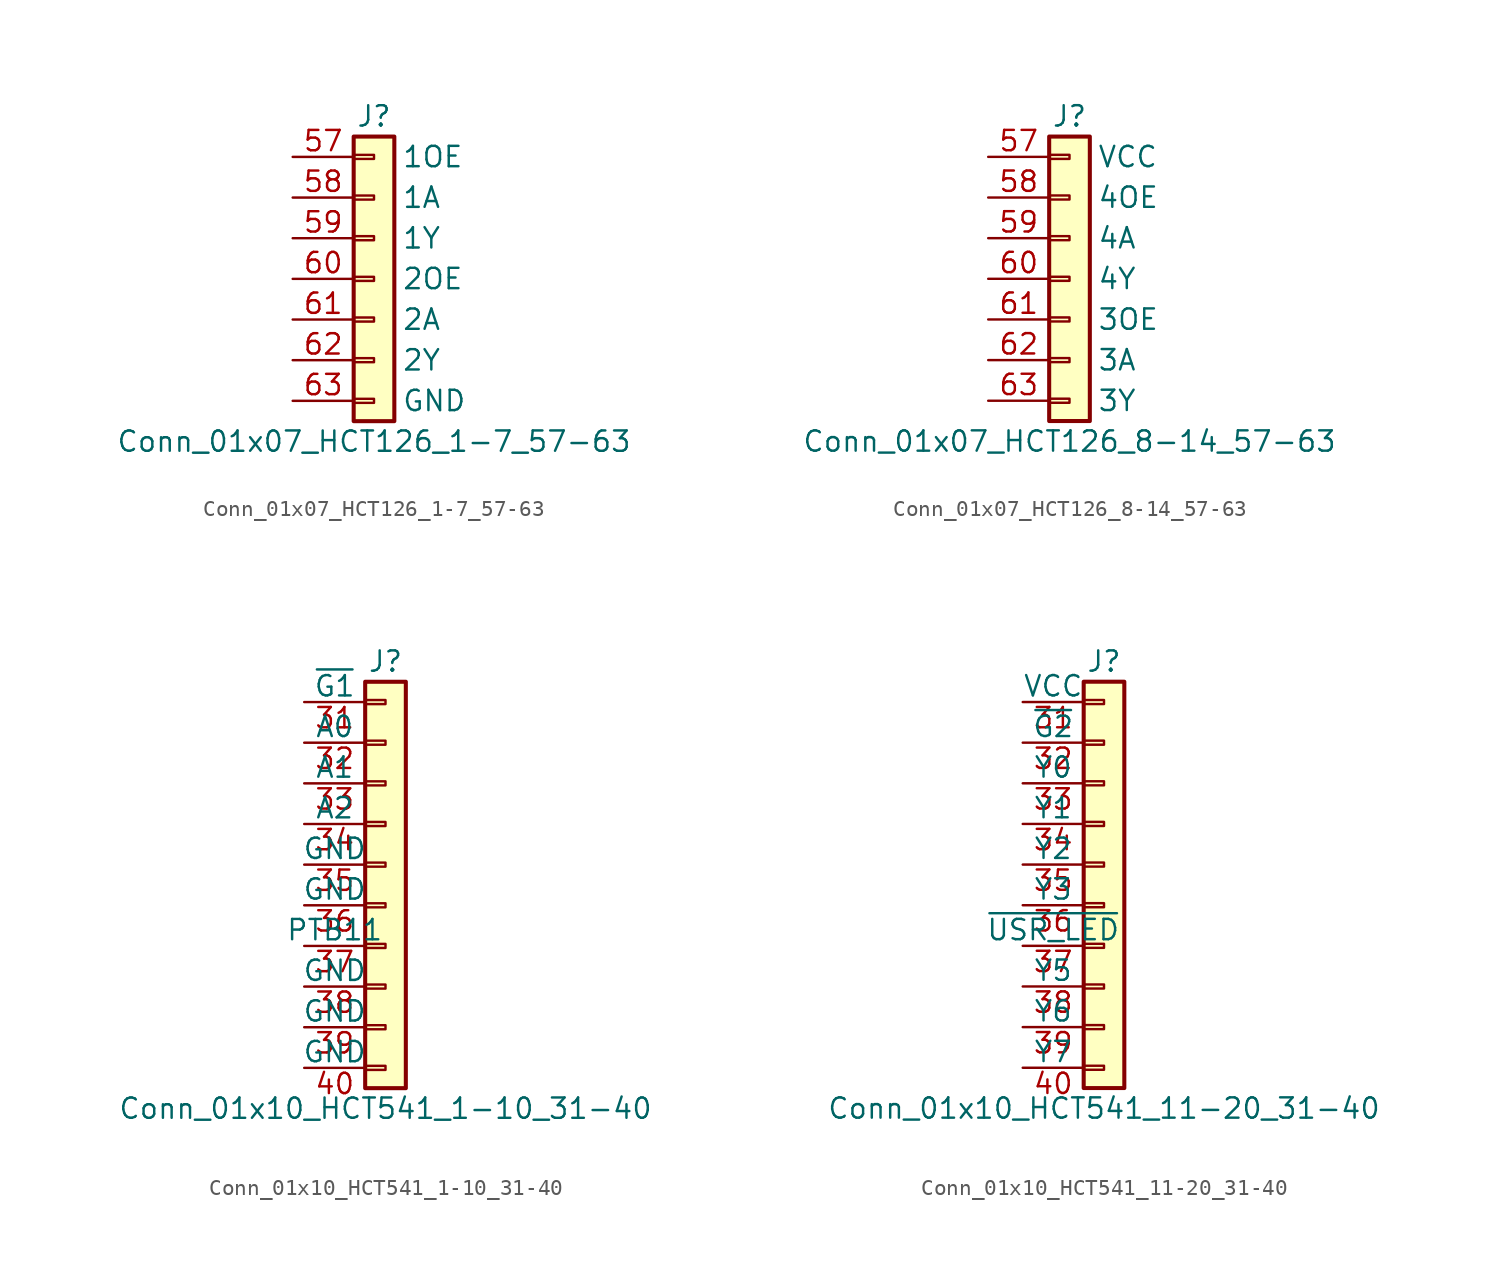
<source format=kicad_sym>
(kicad_symbol_lib
  (version 20211014)
  (generator kicad_symbol_editor)
  (symbol "Conn_01x07_HCT126_1-7_57-63"
    (pin_names
      (offset 2.997))
    (property "Reference" "J"
      (at 0 10.16 0)
      (effects (font (size 1.27 1.27))))
    (property "Value" "Conn_01x07_HCT126_1-7_57-63"
      (at 0 -10.16 0)
      (effects (font (size 1.27 1.27))))
    (symbol "Conn_01x07_HCT126_1-7_57-63_1_1"
      (rectangle (start -1.27 -7.493) (end 0 -7.747) (stroke (width 0.152) (type default) (color 0 0 0 0)) (fill (type none)))
      (rectangle (start -1.27 -4.953) (end 0 -5.207) (stroke (width 0.152) (type default) (color 0 0 0 0)) (fill (type none)))
      (rectangle (start -1.27 -2.413) (end 0 -2.667) (stroke (width 0.152) (type default) (color 0 0 0 0)) (fill (type none)))
      (rectangle (start -1.27 0.127) (end 0 -0.127) (stroke (width 0.152) (type default) (color 0 0 0 0)) (fill (type none)))
      (rectangle (start -1.27 2.667) (end 0 2.413) (stroke (width 0.152) (type default) (color 0 0 0 0)) (fill (type none)))
      (rectangle (start -1.27 5.207) (end 0 4.953) (stroke (width 0.152) (type default) (color 0 0 0 0)) (fill (type none)))
      (rectangle (start -1.27 7.747) (end 0 7.493) (stroke (width 0.152) (type default) (color 0 0 0 0)) (fill (type none)))
      (rectangle (start -1.27 8.89) (end 1.27 -8.89) (stroke (width 0.254) (type default) (color 0 0 0 0)) (fill (type background)))
      (pin passive line (at -5.08 7.62 0) (length 3.81) (name "1OE" (effects (font (size 1.27 1.27)))) (number "57" (effects (font (size 1.27 1.27)))))
      (pin passive line (at -5.08 5.08 0) (length 3.81) (name "1A" (effects (font (size 1.27 1.27)))) (number "58" (effects (font (size 1.27 1.27)))))
      (pin passive line (at -5.08 2.54 0) (length 3.81) (name "1Y" (effects (font (size 1.27 1.27)))) (number "59" (effects (font (size 1.27 1.27)))))
      (pin passive line (at -5.08 0 0) (length 3.81) (name "2OE" (effects (font (size 1.27 1.27)))) (number "60" (effects (font (size 1.27 1.27)))))
      (pin passive line (at -5.08 -2.54 0) (length 3.81) (name "2A" (effects (font (size 1.27 1.27)))) (number "61" (effects (font (size 1.27 1.27)))))
      (pin passive line (at -5.08 -5.08 0) (length 3.81) (name "2Y" (effects (font (size 1.27 1.27)))) (number "62" (effects (font (size 1.27 1.27)))))
      (pin passive line (at -5.08 -7.62 0) (length 3.81) (name "GND" (effects (font (size 1.27 1.27)))) (number "63" (effects (font (size 1.27 1.27)))))))
  (symbol "Conn_01x07_HCT126_8-14_57-63"
    (pin_names
      (offset 2.997))
    (property "Reference" "J"
      (at 0 10.16 0)
      (effects (font (size 1.27 1.27))))
    (property "Value" "Conn_01x07_HCT126_8-14_57-63"
      (at 0 -10.16 0)
      (effects (font (size 1.27 1.27))))
    (symbol "Conn_01x07_HCT126_8-14_57-63_1_1"
      (rectangle (start -1.27 -7.493) (end 0 -7.747) (stroke (width 0.152) (type default) (color 0 0 0 0)) (fill (type none)))
      (rectangle (start -1.27 -4.953) (end 0 -5.207) (stroke (width 0.152) (type default) (color 0 0 0 0)) (fill (type none)))
      (rectangle (start -1.27 -2.413) (end 0 -2.667) (stroke (width 0.152) (type default) (color 0 0 0 0)) (fill (type none)))
      (rectangle (start -1.27 0.127) (end 0 -0.127) (stroke (width 0.152) (type default) (color 0 0 0 0)) (fill (type none)))
      (rectangle (start -1.27 2.667) (end 0 2.413) (stroke (width 0.152) (type default) (color 0 0 0 0)) (fill (type none)))
      (rectangle (start -1.27 5.207) (end 0 4.953) (stroke (width 0.152) (type default) (color 0 0 0 0)) (fill (type none)))
      (rectangle (start -1.27 7.747) (end 0 7.493) (stroke (width 0.152) (type default) (color 0 0 0 0)) (fill (type none)))
      (rectangle (start -1.27 8.89) (end 1.27 -8.89) (stroke (width 0.254) (type default) (color 0 0 0 0)) (fill (type background)))
      (pin passive line (at -5.08 7.62 0) (length 3.81) (name "VCC" (effects (font (size 1.27 1.27)))) (number "57" (effects (font (size 1.27 1.27)))))
      (pin passive line (at -5.08 5.08 0) (length 3.81) (name "4OE" (effects (font (size 1.27 1.27)))) (number "58" (effects (font (size 1.27 1.27)))))
      (pin passive line (at -5.08 2.54 0) (length 3.81) (name "4A" (effects (font (size 1.27 1.27)))) (number "59" (effects (font (size 1.27 1.27)))))
      (pin passive line (at -5.08 0 0) (length 3.81) (name "4Y" (effects (font (size 1.27 1.27)))) (number "60" (effects (font (size 1.27 1.27)))))
      (pin passive line (at -5.08 -2.54 0) (length 3.81) (name "3OE" (effects (font (size 1.27 1.27)))) (number "61" (effects (font (size 1.27 1.27)))))
      (pin passive line (at -5.08 -5.08 0) (length 3.81) (name "3A" (effects (font (size 1.27 1.27)))) (number "62" (effects (font (size 1.27 1.27)))))
      (pin passive line (at -5.08 -7.62 0) (length 3.81) (name "3Y" (effects (font (size 1.27 1.27)))) (number "63" (effects (font (size 1.27 1.27)))))))
  (symbol "Conn_01x10_HCT541_1-10_31-40"
    (pin_names
      (offset 0))
    (property "Reference" "J"
      (at 0 12.7 0)
      (effects (font (size 1.27 1.27))))
    (property "Value" "Conn_01x10_HCT541_1-10_31-40"
      (at 0 -15.24 0)
      (effects (font (size 1.27 1.27))))
    (symbol "Conn_01x10_HCT541_1-10_31-40_1_1"
      (rectangle (start -1.27 -12.573) (end 0 -12.827) (stroke (width 0.152) (type default) (color 0 0 0 0)) (fill (type none)))
      (rectangle (start -1.27 -10.033) (end 0 -10.287) (stroke (width 0.152) (type default) (color 0 0 0 0)) (fill (type none)))
      (rectangle (start -1.27 -7.493) (end 0 -7.747) (stroke (width 0.152) (type default) (color 0 0 0 0)) (fill (type none)))
      (rectangle (start -1.27 -4.953) (end 0 -5.207) (stroke (width 0.152) (type default) (color 0 0 0 0)) (fill (type none)))
      (rectangle (start -1.27 -2.413) (end 0 -2.667) (stroke (width 0.152) (type default) (color 0 0 0 0)) (fill (type none)))
      (rectangle (start -1.27 0.127) (end 0 -0.127) (stroke (width 0.152) (type default) (color 0 0 0 0)) (fill (type none)))
      (rectangle (start -1.27 2.667) (end 0 2.413) (stroke (width 0.152) (type default) (color 0 0 0 0)) (fill (type none)))
      (rectangle (start -1.27 5.207) (end 0 4.953) (stroke (width 0.152) (type default) (color 0 0 0 0)) (fill (type none)))
      (rectangle (start -1.27 7.747) (end 0 7.493) (stroke (width 0.152) (type default) (color 0 0 0 0)) (fill (type none)))
      (rectangle (start -1.27 10.287) (end 0 10.033) (stroke (width 0.152) (type default) (color 0 0 0 0)) (fill (type none)))
      (rectangle (start -1.27 11.43) (end 1.27 -13.97) (stroke (width 0.254) (type default) (color 0 0 0 0)) (fill (type background)))
      (pin passive line (at -5.08 10.16 0) (length 3.81) (name "~{G1}" (effects (font (size 1.27 1.27)))) (number "31" (effects (font (size 1.27 1.27)))))
      (pin passive line (at -5.08 7.62 0) (length 3.81) (name "A0" (effects (font (size 1.27 1.27)))) (number "32" (effects (font (size 1.27 1.27)))))
      (pin passive line (at -5.08 5.08 0) (length 3.81) (name "A1" (effects (font (size 1.27 1.27)))) (number "33" (effects (font (size 1.27 1.27)))))
      (pin passive line (at -5.08 2.54 0) (length 3.81) (name "A2" (effects (font (size 1.27 1.27)))) (number "34" (effects (font (size 1.27 1.27)))))
      (pin passive line (at -5.08 0 0) (length 3.81) (name "GND" (effects (font (size 1.27 1.27)))) (number "35" (effects (font (size 1.27 1.27)))))
      (pin passive line (at -5.08 -2.54 0) (length 3.81) (name "GND" (effects (font (size 1.27 1.27)))) (number "36" (effects (font (size 1.27 1.27)))))
      (pin passive line (at -5.08 -5.08 0) (length 3.81) (name "PTB11" (effects (font (size 1.27 1.27)))) (number "37" (effects (font (size 1.27 1.27)))))
      (pin passive line (at -5.08 -7.62 0) (length 3.81) (name "GND" (effects (font (size 1.27 1.27)))) (number "38" (effects (font (size 1.27 1.27)))))
      (pin passive line (at -5.08 -10.16 0) (length 3.81) (name "GND" (effects (font (size 1.27 1.27)))) (number "39" (effects (font (size 1.27 1.27)))))
      (pin passive line (at -5.08 -12.7 0) (length 3.81) (name "GND" (effects (font (size 1.27 1.27)))) (number "40" (effects (font (size 1.27 1.27)))))))
  (symbol "Conn_01x10_HCT541_11-20_31-40"
    (pin_names
      (offset 0))
    (property "Reference" "J"
      (at 0 12.7 0)
      (effects (font (size 1.27 1.27))))
    (property "Value" "Conn_01x10_HCT541_11-20_31-40"
      (at 0 -15.24 0)
      (effects (font (size 1.27 1.27))))
    (symbol "Conn_01x10_HCT541_11-20_31-40_1_1"
      (rectangle (start -1.27 -12.573) (end 0 -12.827) (stroke (width 0.152) (type default) (color 0 0 0 0)) (fill (type none)))
      (rectangle (start -1.27 -10.033) (end 0 -10.287) (stroke (width 0.152) (type default) (color 0 0 0 0)) (fill (type none)))
      (rectangle (start -1.27 -7.493) (end 0 -7.747) (stroke (width 0.152) (type default) (color 0 0 0 0)) (fill (type none)))
      (rectangle (start -1.27 -4.953) (end 0 -5.207) (stroke (width 0.152) (type default) (color 0 0 0 0)) (fill (type none)))
      (rectangle (start -1.27 -2.413) (end 0 -2.667) (stroke (width 0.152) (type default) (color 0 0 0 0)) (fill (type none)))
      (rectangle (start -1.27 0.127) (end 0 -0.127) (stroke (width 0.152) (type default) (color 0 0 0 0)) (fill (type none)))
      (rectangle (start -1.27 2.667) (end 0 2.413) (stroke (width 0.152) (type default) (color 0 0 0 0)) (fill (type none)))
      (rectangle (start -1.27 5.207) (end 0 4.953) (stroke (width 0.152) (type default) (color 0 0 0 0)) (fill (type none)))
      (rectangle (start -1.27 7.747) (end 0 7.493) (stroke (width 0.152) (type default) (color 0 0 0 0)) (fill (type none)))
      (rectangle (start -1.27 10.287) (end 0 10.033) (stroke (width 0.152) (type default) (color 0 0 0 0)) (fill (type none)))
      (rectangle (start -1.27 11.43) (end 1.27 -13.97) (stroke (width 0.254) (type default) (color 0 0 0 0)) (fill (type background)))
      (pin passive line (at -5.08 10.16 0) (length 3.81) (name "VCC" (effects (font (size 1.27 1.27)))) (number "31" (effects (font (size 1.27 1.27)))))
      (pin passive line (at -5.08 7.62 0) (length 3.81) (name "~{G2}" (effects (font (size 1.27 1.27)))) (number "32" (effects (font (size 1.27 1.27)))))
      (pin passive line (at -5.08 5.08 0) (length 3.81) (name "Y0" (effects (font (size 1.27 1.27)))) (number "33" (effects (font (size 1.27 1.27)))))
      (pin passive line (at -5.08 2.54 0) (length 3.81) (name "Y1" (effects (font (size 1.27 1.27)))) (number "34" (effects (font (size 1.27 1.27)))))
      (pin passive line (at -5.08 0 0) (length 3.81) (name "Y2" (effects (font (size 1.27 1.27)))) (number "35" (effects (font (size 1.27 1.27)))))
      (pin passive line (at -5.08 -2.54 0) (length 3.81) (name "Y3" (effects (font (size 1.27 1.27)))) (number "36" (effects (font (size 1.27 1.27)))))
      (pin passive line (at -5.08 -5.08 0) (length 3.81) (name "~{USR_LED}" (effects (font (size 1.27 1.27)))) (number "37" (effects (font (size 1.27 1.27)))))
      (pin passive line (at -5.08 -7.62 0) (length 3.81) (name "Y5" (effects (font (size 1.27 1.27)))) (number "38" (effects (font (size 1.27 1.27)))))
      (pin passive line (at -5.08 -10.16 0) (length 3.81) (name "Y6" (effects (font (size 1.27 1.27)))) (number "39" (effects (font (size 1.27 1.27)))))
      (pin passive line (at -5.08 -12.7 0) (length 3.81) (name "Y7" (effects (font (size 1.27 1.27)))) (number "40" (effects (font (size 1.27 1.27))))))))
</source>
